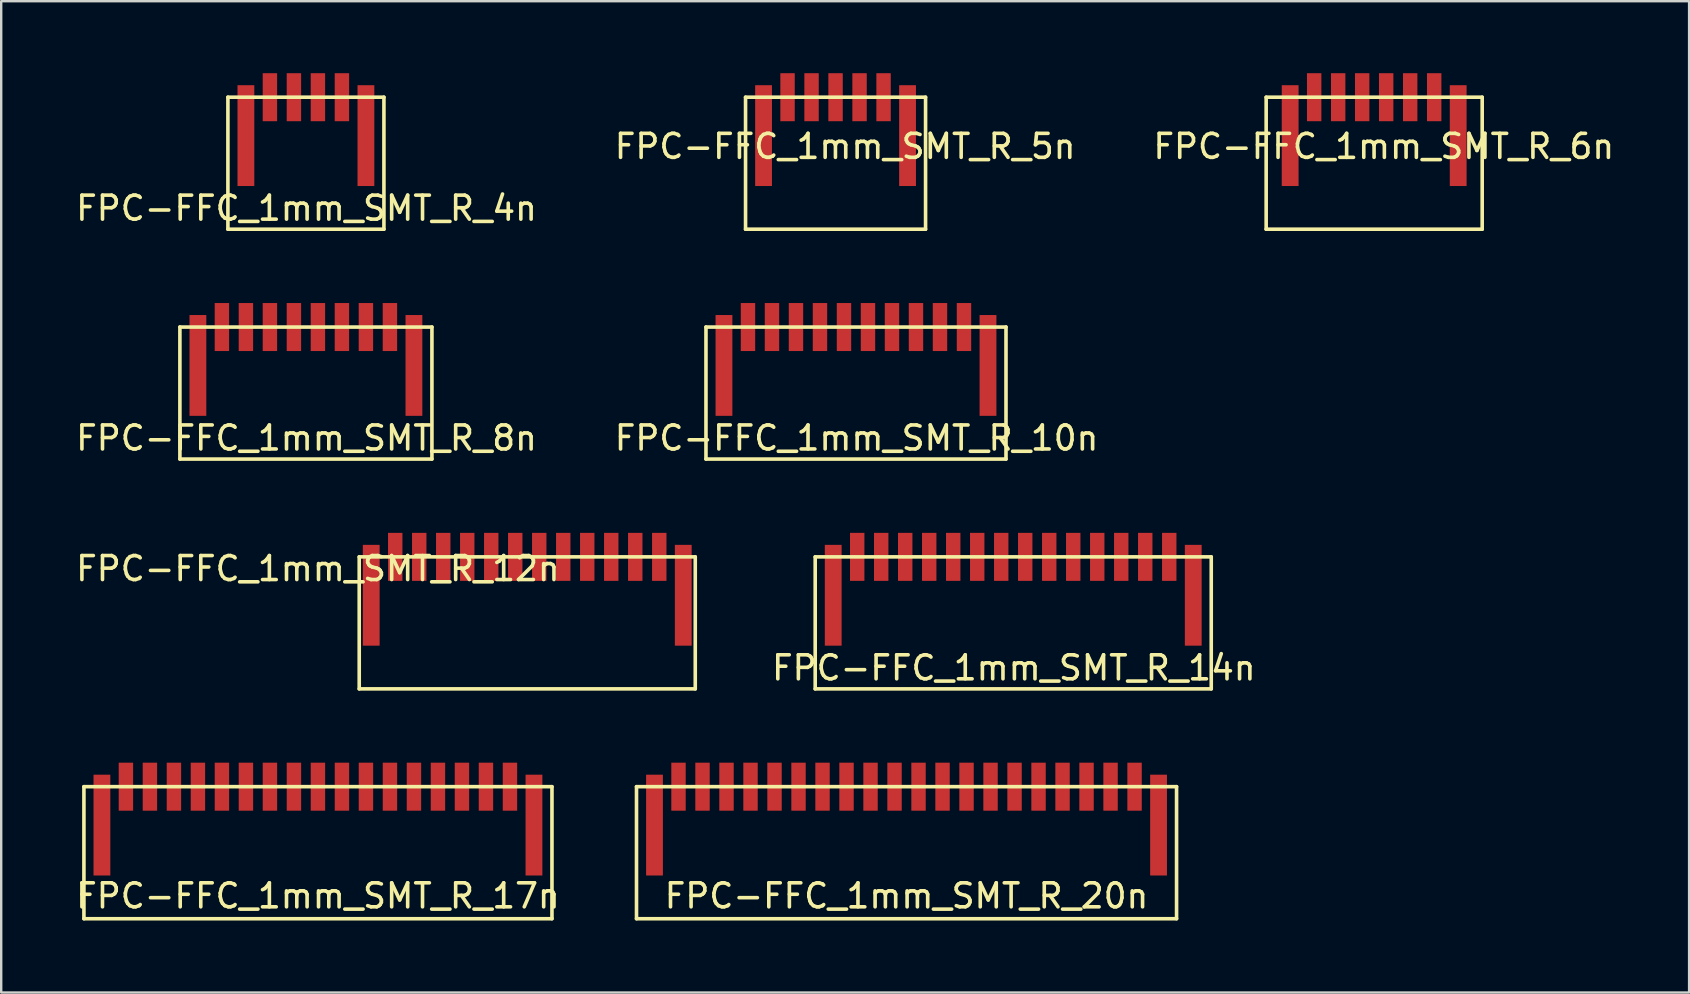
<source format=kicad_pcb>
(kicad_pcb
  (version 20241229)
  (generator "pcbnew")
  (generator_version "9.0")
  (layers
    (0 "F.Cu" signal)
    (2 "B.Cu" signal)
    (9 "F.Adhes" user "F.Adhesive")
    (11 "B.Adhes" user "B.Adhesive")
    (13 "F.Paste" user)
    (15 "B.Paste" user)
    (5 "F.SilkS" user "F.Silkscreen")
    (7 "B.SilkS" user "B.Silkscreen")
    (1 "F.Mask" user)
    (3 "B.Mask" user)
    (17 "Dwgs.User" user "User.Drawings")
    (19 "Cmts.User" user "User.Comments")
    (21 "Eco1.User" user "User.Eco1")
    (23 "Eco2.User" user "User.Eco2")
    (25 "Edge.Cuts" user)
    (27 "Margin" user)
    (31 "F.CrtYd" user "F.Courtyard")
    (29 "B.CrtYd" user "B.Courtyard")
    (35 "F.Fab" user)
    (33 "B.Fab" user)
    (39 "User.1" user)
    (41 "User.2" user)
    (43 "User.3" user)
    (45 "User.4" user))
  (footprint "FPC-FFC_1mm_SMT_R_5n"
    (layer "F.Cu")
    (at 31.761 3.75)
    (property "Reference" "FPC-FFC_1mm_SMT_R_5n" (at 0.4 -0.7 0) (layer "F.SilkS") (effects (font (size 1 1) (thickness 0.15))))
    (attr through_hole)
    (fp_line (start -3.75 -2.75) (end -3.75 2.75) (stroke (width 0.15) (type solid)) (layer "F.SilkS"))
    (fp_line (start -3.75 -2.75) (end 3.75 -2.75) (stroke (width 0.15) (type solid)) (layer "F.SilkS"))
    (fp_line (start 3.75 2.75) (end -3.75 2.75) (stroke (width 0.15) (type solid)) (layer "F.SilkS"))
    (fp_line (start 3.75 2.75) (end 3.75 -2.75) (stroke (width 0.15) (type solid)) (layer "F.SilkS"))
    (pad "1" smd rect (at -2 -2.75) (size 0.6 2) (layers "F.Cu" "F.Mask" "F.Paste"))
    (pad "2" smd rect (at -1 -2.75) (size 0.6 2) (layers "F.Cu" "F.Mask" "F.Paste"))
    (pad "3" smd rect (at 0 -2.75) (size 0.6 2) (layers "F.Cu" "F.Mask" "F.Paste"))
    (pad "4" smd rect (at 1 -2.75) (size 0.6 2) (layers "F.Cu" "F.Mask" "F.Paste"))
    (pad "5" smd rect (at 2 -2.75) (size 0.6 2) (layers "F.Cu" "F.Mask" "F.Paste"))
    (pad "13" smd rect (at -3 -1.15) (size 0.7 4.2) (layers "F.Cu" "F.Mask" "F.Paste"))
    (pad "13" smd rect (at 3 -1.15) (size 0.7 4.2) (layers "F.Cu" "F.Mask" "F.Paste")))
  (footprint "FPC-FFC_1mm_SMT_R_14n"
    (layer "F.Cu")
    (at 39.163 22.9)
    (property "Reference" "FPC-FFC_1mm_SMT_R_14n" (at 0.025 1.875 0) (layer "F.SilkS") (effects (font (size 1 1) (thickness 0.15))))
    (attr through_hole)
    (fp_line (start -8.25 -2.75) (end -8.25 2.75) (stroke (width 0.15) (type solid)) (layer "F.SilkS"))
    (fp_line (start -8.25 -2.75) (end 8.25 -2.75) (stroke (width 0.15) (type solid)) (layer "F.SilkS"))
    (fp_line (start 8.25 2.75) (end -8.25 2.75) (stroke (width 0.15) (type solid)) (layer "F.SilkS"))
    (fp_line (start 8.25 2.75) (end 8.25 -2.75) (stroke (width 0.15) (type solid)) (layer "F.SilkS"))
    (pad "1" smd rect (at -6.5 -2.75) (size 0.6 2) (layers "F.Cu" "F.Mask" "F.Paste"))
    (pad "2" smd rect (at -5.5 -2.75) (size 0.6 2) (layers "F.Cu" "F.Mask" "F.Paste"))
    (pad "3" smd rect (at -4.5 -2.75) (size 0.6 2) (layers "F.Cu" "F.Mask" "F.Paste"))
    (pad "4" smd rect (at -3.5 -2.75) (size 0.6 2) (layers "F.Cu" "F.Mask" "F.Paste"))
    (pad "5" smd rect (at -2.5 -2.75) (size 0.6 2) (layers "F.Cu" "F.Mask" "F.Paste"))
    (pad "6" smd rect (at -1.5 -2.75) (size 0.6 2) (layers "F.Cu" "F.Mask" "F.Paste"))
    (pad "7" smd rect (at -0.5 -2.75) (size 0.6 2) (layers "F.Cu" "F.Mask" "F.Paste"))
    (pad "8" smd rect (at 0.5 -2.75) (size 0.6 2) (layers "F.Cu" "F.Mask" "F.Paste"))
    (pad "9" smd rect (at 1.5 -2.75) (size 0.6 2) (layers "F.Cu" "F.Mask" "F.Paste"))
    (pad "10" smd rect (at 2.5 -2.75) (size 0.6 2) (layers "F.Cu" "F.Mask" "F.Paste"))
    (pad "11" smd rect (at 3.5 -2.75) (size 0.6 2) (layers "F.Cu" "F.Mask" "F.Paste"))
    (pad "12" smd rect (at 4.5 -2.75) (size 0.6 2) (layers "F.Cu" "F.Mask" "F.Paste"))
    (pad "13" smd rect (at 5.5 -2.75) (size 0.6 2) (layers "F.Cu" "F.Mask" "F.Paste"))
    (pad "14" smd rect (at 6.5 -2.75) (size 0.6 2) (layers "F.Cu" "F.Mask" "F.Paste"))
    (pad "15" smd rect (at -7.5 -1.15) (size 0.7 4.2) (layers "F.Cu" "F.Mask" "F.Paste"))
    (pad "15" smd rect (at 7.5 -1.15) (size 0.7 4.2) (layers "F.Cu" "F.Mask" "F.Paste")))
  (footprint "FPC-FFC_1mm_SMT_R_17n"
    (layer "F.Cu")
    (at 10.196 32.475)
    (property "Reference" "FPC-FFC_1mm_SMT_R_17n" (at 0 1.8 0) (layer "F.SilkS") (effects (font (size 1 1) (thickness 0.15))))
    (attr through_hole)
    (fp_line (start -9.75 -2.75) (end -9.75 2.75) (stroke (width 0.15) (type solid)) (layer "F.SilkS"))
    (fp_line (start -9.75 -2.75) (end 9.75 -2.75) (stroke (width 0.15) (type solid)) (layer "F.SilkS"))
    (fp_line (start 9.75 2.75) (end -9.75 2.75) (stroke (width 0.15) (type solid)) (layer "F.SilkS"))
    (fp_line (start 9.75 2.75) (end 9.75 -2.75) (stroke (width 0.15) (type solid)) (layer "F.SilkS"))
    (pad "1" smd rect (at -8 -2.75) (size 0.6 2) (layers "F.Cu" "F.Mask" "F.Paste"))
    (pad "2" smd rect (at -7 -2.75) (size 0.6 2) (layers "F.Cu" "F.Mask" "F.Paste"))
    (pad "3" smd rect (at -6 -2.75) (size 0.6 2) (layers "F.Cu" "F.Mask" "F.Paste"))
    (pad "4" smd rect (at -5 -2.75) (size 0.6 2) (layers "F.Cu" "F.Mask" "F.Paste"))
    (pad "5" smd rect (at -4 -2.75) (size 0.6 2) (layers "F.Cu" "F.Mask" "F.Paste"))
    (pad "6" smd rect (at -3 -2.75) (size 0.6 2) (layers "F.Cu" "F.Mask" "F.Paste"))
    (pad "7" smd rect (at -2 -2.75) (size 0.6 2) (layers "F.Cu" "F.Mask" "F.Paste"))
    (pad "8" smd rect (at -1 -2.75) (size 0.6 2) (layers "F.Cu" "F.Mask" "F.Paste"))
    (pad "9" smd rect (at 0 -2.75) (size 0.6 2) (layers "F.Cu" "F.Mask" "F.Paste"))
    (pad "10" smd rect (at 1 -2.75) (size 0.6 2) (layers "F.Cu" "F.Mask" "F.Paste"))
    (pad "11" smd rect (at 2 -2.75) (size 0.6 2) (layers "F.Cu" "F.Mask" "F.Paste"))
    (pad "12" smd rect (at 3 -2.75) (size 0.6 2) (layers "F.Cu" "F.Mask" "F.Paste"))
    (pad "13" smd rect (at 4 -2.75) (size 0.6 2) (layers "F.Cu" "F.Mask" "F.Paste"))
    (pad "14" smd rect (at 5 -2.75) (size 0.6 2) (layers "F.Cu" "F.Mask" "F.Paste"))
    (pad "15" smd rect (at 6 -2.75) (size 0.6 2) (layers "F.Cu" "F.Mask" "F.Paste"))
    (pad "16" smd rect (at 7 -2.75) (size 0.6 2) (layers "F.Cu" "F.Mask" "F.Paste"))
    (pad "17" smd rect (at 8 -2.75) (size 0.6 2) (layers "F.Cu" "F.Mask" "F.Paste"))
    (pad "18" smd rect (at -9 -1.15) (size 0.7 4.2) (layers "F.Cu" "F.Mask" "F.Paste"))
    (pad "18" smd rect (at 9 -1.15) (size 0.7 4.2) (layers "F.Cu" "F.Mask" "F.Paste")))
  (footprint "FPC-FFC_1mm_SMT_R_10n"
    (layer "F.Cu")
    (at 32.612 13.325)
    (property "Reference" "FPC-FFC_1mm_SMT_R_10n" (at 0.025 1.875 0) (layer "F.SilkS") (effects (font (size 1 1) (thickness 0.15))))
    (attr through_hole)
    (fp_line (start -6.25 -2.75) (end -6.25 2.75) (stroke (width 0.15) (type solid)) (layer "F.SilkS"))
    (fp_line (start -6.25 -2.75) (end 6.25 -2.75) (stroke (width 0.15) (type solid)) (layer "F.SilkS"))
    (fp_line (start 6.25 2.75) (end -6.25 2.75) (stroke (width 0.15) (type solid)) (layer "F.SilkS"))
    (fp_line (start 6.25 2.75) (end 6.25 -2.75) (stroke (width 0.15) (type solid)) (layer "F.SilkS"))
    (pad "1" smd rect (at -4.5 -2.75) (size 0.6 2) (layers "F.Cu" "F.Mask" "F.Paste"))
    (pad "2" smd rect (at -3.5 -2.75) (size 0.6 2) (layers "F.Cu" "F.Mask" "F.Paste"))
    (pad "3" smd rect (at -2.5 -2.75) (size 0.6 2) (layers "F.Cu" "F.Mask" "F.Paste"))
    (pad "4" smd rect (at -1.5 -2.75) (size 0.6 2) (layers "F.Cu" "F.Mask" "F.Paste"))
    (pad "5" smd rect (at -0.5 -2.75) (size 0.6 2) (layers "F.Cu" "F.Mask" "F.Paste"))
    (pad "6" smd rect (at 0.5 -2.75) (size 0.6 2) (layers "F.Cu" "F.Mask" "F.Paste"))
    (pad "7" smd rect (at 1.5 -2.75) (size 0.6 2) (layers "F.Cu" "F.Mask" "F.Paste"))
    (pad "8" smd rect (at 2.5 -2.75) (size 0.6 2) (layers "F.Cu" "F.Mask" "F.Paste"))
    (pad "9" smd rect (at 3.5 -2.75) (size 0.6 2) (layers "F.Cu" "F.Mask" "F.Paste"))
    (pad "10" smd rect (at 4.5 -2.75) (size 0.6 2) (layers "F.Cu" "F.Mask" "F.Paste"))
    (pad "13" smd rect (at -5.5 -1.15) (size 0.7 4.2) (layers "F.Cu" "F.Mask" "F.Paste"))
    (pad "13" smd rect (at 5.5 -1.15) (size 0.7 4.2) (layers "F.Cu" "F.Mask" "F.Paste")))
  (footprint "FPC-FFC_1mm_SMT_R_12n"
    (layer "F.Cu")
    (at 18.916 22.9)
    (property "Reference" "FPC-FFC_1mm_SMT_R_12n" (at -8.72 -2.26 180) (layer "F.SilkS") (effects (font (size 1 1) (thickness 0.15))))
    (attr through_hole)
    (fp_line (start -7 -2.75) (end -7 2.75) (stroke (width 0.15) (type solid)) (layer "F.SilkS"))
    (fp_line (start -7 -2.75) (end 7 -2.75) (stroke (width 0.15) (type solid)) (layer "F.SilkS"))
    (fp_line (start 7 2.75) (end -7 2.75) (stroke (width 0.15) (type solid)) (layer "F.SilkS"))
    (fp_line (start 7 2.75) (end 7 -2.75) (stroke (width 0.15) (type solid)) (layer "F.SilkS"))
    (pad "1" smd rect (at 5.5 -2.75) (size 0.6 2) (layers "F.Cu" "F.Mask" "F.Paste"))
    (pad "2" smd rect (at 4.5 -2.75) (size 0.6 2) (layers "F.Cu" "F.Mask" "F.Paste"))
    (pad "3" smd rect (at 3.5 -2.75) (size 0.6 2) (layers "F.Cu" "F.Mask" "F.Paste"))
    (pad "4" smd rect (at 2.5 -2.75) (size 0.6 2) (layers "F.Cu" "F.Mask" "F.Paste"))
    (pad "5" smd rect (at 1.5 -2.75) (size 0.6 2) (layers "F.Cu" "F.Mask" "F.Paste"))
    (pad "6" smd rect (at 0.5 -2.75) (size 0.6 2) (layers "F.Cu" "F.Mask" "F.Paste"))
    (pad "7" smd rect (at -0.5 -2.75) (size 0.6 2) (layers "F.Cu" "F.Mask" "F.Paste"))
    (pad "8" smd rect (at -1.5 -2.75) (size 0.6 2) (layers "F.Cu" "F.Mask" "F.Paste"))
    (pad "9" smd rect (at -2.5 -2.75) (size 0.6 2) (layers "F.Cu" "F.Mask" "F.Paste"))
    (pad "10" smd rect (at -3.5 -2.75) (size 0.6 2) (layers "F.Cu" "F.Mask" "F.Paste"))
    (pad "11" smd rect (at -4.5 -2.75) (size 0.6 2) (layers "F.Cu" "F.Mask" "F.Paste"))
    (pad "12" smd rect (at -5.5 -2.75) (size 0.6 2) (layers "F.Cu" "F.Mask" "F.Paste"))
    (pad "13" smd rect (at -6.5 -1.15) (size 0.7 4.2) (layers "F.Cu" "F.Mask" "F.Paste"))
    (pad "13" smd rect (at 6.5 -1.15) (size 0.7 4.2) (layers "F.Cu" "F.Mask" "F.Paste")))
  (footprint "FPC-FFC_1mm_SMT_R_4n"
    (layer "F.Cu")
    (at 9.695 3.75)
    (property "Reference" "FPC-FFC_1mm_SMT_R_4n" (at 0.025 1.875 0) (layer "F.SilkS") (effects (font (size 1 1) (thickness 0.15))))
    (attr through_hole)
    (fp_line (start -3.25 -2.75) (end -3.25 2.75) (stroke (width 0.15) (type solid)) (layer "F.SilkS"))
    (fp_line (start -3.25 -2.75) (end 3.25 -2.75) (stroke (width 0.15) (type solid)) (layer "F.SilkS"))
    (fp_line (start 3.25 2.75) (end -3.25 2.75) (stroke (width 0.15) (type solid)) (layer "F.SilkS"))
    (fp_line (start 3.25 2.75) (end 3.25 -2.75) (stroke (width 0.15) (type solid)) (layer "F.SilkS"))
    (pad "1" smd rect (at -1.5 -2.75) (size 0.6 2) (layers "F.Cu" "F.Mask" "F.Paste"))
    (pad "2" smd rect (at -0.5 -2.75) (size 0.6 2) (layers "F.Cu" "F.Mask" "F.Paste"))
    (pad "3" smd rect (at 0.5 -2.75) (size 0.6 2) (layers "F.Cu" "F.Mask" "F.Paste"))
    (pad "4" smd rect (at 1.5 -2.75) (size 0.6 2) (layers "F.Cu" "F.Mask" "F.Paste"))
    (pad "13" smd rect (at -2.5 -1.15) (size 0.7 4.2) (layers "F.Cu" "F.Mask" "F.Paste"))
    (pad "13" smd rect (at 2.5 -1.15) (size 0.7 4.2) (layers "F.Cu" "F.Mask" "F.Paste")))
  (footprint "FPC-FFC_1mm_SMT_R_6n"
    (layer "F.Cu")
    (at 54.201 3.75)
    (property "Reference" "FPC-FFC_1mm_SMT_R_6n" (at 0.4 -0.7 0) (layer "F.SilkS") (effects (font (size 1 1) (thickness 0.15))))
    (attr through_hole)
    (fp_line (start -4.5 -2.75) (end -4.5 2.75) (stroke (width 0.15) (type solid)) (layer "F.SilkS"))
    (fp_line (start -4.5 -2.75) (end 4.5 -2.75) (stroke (width 0.15) (type solid)) (layer "F.SilkS"))
    (fp_line (start 4.5 2.75) (end -4.5 2.75) (stroke (width 0.15) (type solid)) (layer "F.SilkS"))
    (fp_line (start 4.5 2.75) (end 4.5 -2.75) (stroke (width 0.15) (type solid)) (layer "F.SilkS"))
    (pad "1" smd rect (at -2.5 -2.75) (size 0.6 2) (layers "F.Cu" "F.Mask" "F.Paste"))
    (pad "2" smd rect (at -1.5 -2.75) (size 0.6 2) (layers "F.Cu" "F.Mask" "F.Paste"))
    (pad "3" smd rect (at -0.5 -2.75) (size 0.6 2) (layers "F.Cu" "F.Mask" "F.Paste"))
    (pad "4" smd rect (at 0.5 -2.75) (size 0.6 2) (layers "F.Cu" "F.Mask" "F.Paste"))
    (pad "5" smd rect (at 1.5 -2.75) (size 0.6 2) (layers "F.Cu" "F.Mask" "F.Paste"))
    (pad "6" smd rect (at 2.5 -2.75) (size 0.6 2) (layers "F.Cu" "F.Mask" "F.Paste"))
    (pad "13" smd rect (at -3.5 -1.15) (size 0.7 4.2) (layers "F.Cu" "F.Mask" "F.Paste"))
    (pad "13" smd rect (at 3.5 -1.15) (size 0.7 4.2) (layers "F.Cu" "F.Mask" "F.Paste")))
  (footprint "FPC-FFC_1mm_SMT_R_20n"
    (layer "F.Cu")
    (at 34.718 32.475)
    (property "Reference" "FPC-FFC_1mm_SMT_R_20n" (at 0 1.8 0) (layer "F.SilkS") (effects (font (size 1 1) (thickness 0.15))))
    (attr through_hole)
    (fp_line (start -11.25 -2.75) (end -11.25 2.75) (stroke (width 0.15) (type solid)) (layer "F.SilkS"))
    (fp_line (start -11.25 -2.75) (end 11.25 -2.75) (stroke (width 0.15) (type solid)) (layer "F.SilkS"))
    (fp_line (start 11.25 2.75) (end -11.25 2.75) (stroke (width 0.15) (type solid)) (layer "F.SilkS"))
    (fp_line (start 11.25 2.75) (end 11.25 -2.75) (stroke (width 0.15) (type solid)) (layer "F.SilkS"))
    (pad "1" smd rect (at -9.5 -2.75) (size 0.6 2) (layers "F.Cu" "F.Mask" "F.Paste"))
    (pad "2" smd rect (at -8.5 -2.75) (size 0.6 2) (layers "F.Cu" "F.Mask" "F.Paste"))
    (pad "3" smd rect (at -7.5 -2.75) (size 0.6 2) (layers "F.Cu" "F.Mask" "F.Paste"))
    (pad "4" smd rect (at -6.5 -2.75) (size 0.6 2) (layers "F.Cu" "F.Mask" "F.Paste"))
    (pad "5" smd rect (at -5.5 -2.75) (size 0.6 2) (layers "F.Cu" "F.Mask" "F.Paste"))
    (pad "6" smd rect (at -4.5 -2.75) (size 0.6 2) (layers "F.Cu" "F.Mask" "F.Paste"))
    (pad "7" smd rect (at -3.5 -2.75) (size 0.6 2) (layers "F.Cu" "F.Mask" "F.Paste"))
    (pad "8" smd rect (at -2.5 -2.75) (size 0.6 2) (layers "F.Cu" "F.Mask" "F.Paste"))
    (pad "9" smd rect (at -1.5 -2.75) (size 0.6 2) (layers "F.Cu" "F.Mask" "F.Paste"))
    (pad "10" smd rect (at -0.5 -2.75) (size 0.6 2) (layers "F.Cu" "F.Mask" "F.Paste"))
    (pad "11" smd rect (at 0.5 -2.75) (size 0.6 2) (layers "F.Cu" "F.Mask" "F.Paste"))
    (pad "12" smd rect (at 1.5 -2.75) (size 0.6 2) (layers "F.Cu" "F.Mask" "F.Paste"))
    (pad "13" smd rect (at 2.5 -2.75) (size 0.6 2) (layers "F.Cu" "F.Mask" "F.Paste"))
    (pad "14" smd rect (at 3.5 -2.75) (size 0.6 2) (layers "F.Cu" "F.Mask" "F.Paste"))
    (pad "15" smd rect (at 4.5 -2.75) (size 0.6 2) (layers "F.Cu" "F.Mask" "F.Paste"))
    (pad "16" smd rect (at 5.5 -2.75) (size 0.6 2) (layers "F.Cu" "F.Mask" "F.Paste"))
    (pad "17" smd rect (at 6.5 -2.75) (size 0.6 2) (layers "F.Cu" "F.Mask" "F.Paste"))
    (pad "18" smd rect (at 7.5 -2.75) (size 0.6 2) (layers "F.Cu" "F.Mask" "F.Paste"))
    (pad "19" smd rect (at 8.5 -2.75) (size 0.6 2) (layers "F.Cu" "F.Mask" "F.Paste"))
    (pad "20" smd rect (at 9.5 -2.75) (size 0.6 2) (layers "F.Cu" "F.Mask" "F.Paste"))
    (pad "21" smd rect (at -10.5 -1.15) (size 0.7 4.2) (layers "F.Cu" "F.Mask" "F.Paste"))
    (pad "21" smd rect (at 10.5 -1.15) (size 0.7 4.2) (layers "F.Cu" "F.Mask" "F.Paste")))
  (footprint "FPC-FFC_1mm_SMT_R_8n"
    (layer "F.Cu")
    (at 9.695 13.325)
    (property "Reference" "FPC-FFC_1mm_SMT_R_8n" (at 0.025 1.875 0) (layer "F.SilkS") (effects (font (size 1 1) (thickness 0.15))))
    (attr through_hole)
    (fp_line (start -5.25 -2.75) (end -5.25 2.75) (stroke (width 0.15) (type solid)) (layer "F.SilkS"))
    (fp_line (start -5.25 -2.75) (end 5.25 -2.75) (stroke (width 0.15) (type solid)) (layer "F.SilkS"))
    (fp_line (start 5.25 2.75) (end -5.25 2.75) (stroke (width 0.15) (type solid)) (layer "F.SilkS"))
    (fp_line (start 5.25 2.75) (end 5.25 -2.75) (stroke (width 0.15) (type solid)) (layer "F.SilkS"))
    (pad "1" smd rect (at -3.5 -2.75) (size 0.6 2) (layers "F.Cu" "F.Mask" "F.Paste"))
    (pad "2" smd rect (at -2.5 -2.75) (size 0.6 2) (layers "F.Cu" "F.Mask" "F.Paste"))
    (pad "3" smd rect (at -1.5 -2.75) (size 0.6 2) (layers "F.Cu" "F.Mask" "F.Paste"))
    (pad "4" smd rect (at -0.5 -2.75) (size 0.6 2) (layers "F.Cu" "F.Mask" "F.Paste"))
    (pad "5" smd rect (at 0.5 -2.75) (size 0.6 2) (layers "F.Cu" "F.Mask" "F.Paste"))
    (pad "6" smd rect (at 1.5 -2.75) (size 0.6 2) (layers "F.Cu" "F.Mask" "F.Paste"))
    (pad "7" smd rect (at 2.5 -2.75) (size 0.6 2) (layers "F.Cu" "F.Mask" "F.Paste"))
    (pad "8" smd rect (at 3.5 -2.75) (size 0.6 2) (layers "F.Cu" "F.Mask" "F.Paste"))
    (pad "13" smd rect (at -4.5 -1.15) (size 0.7 4.2) (layers "F.Cu" "F.Mask" "F.Paste"))
    (pad "13" smd rect (at 4.5 -1.15) (size 0.7 4.2) (layers "F.Cu" "F.Mask" "F.Paste")))
  (gr_rect
    (start -3 -3)
    (end 67.321 38.3)
    (stroke (width 0.1) (type default))
    (fill no)
    (layer "Edge.Cuts")))
</source>
